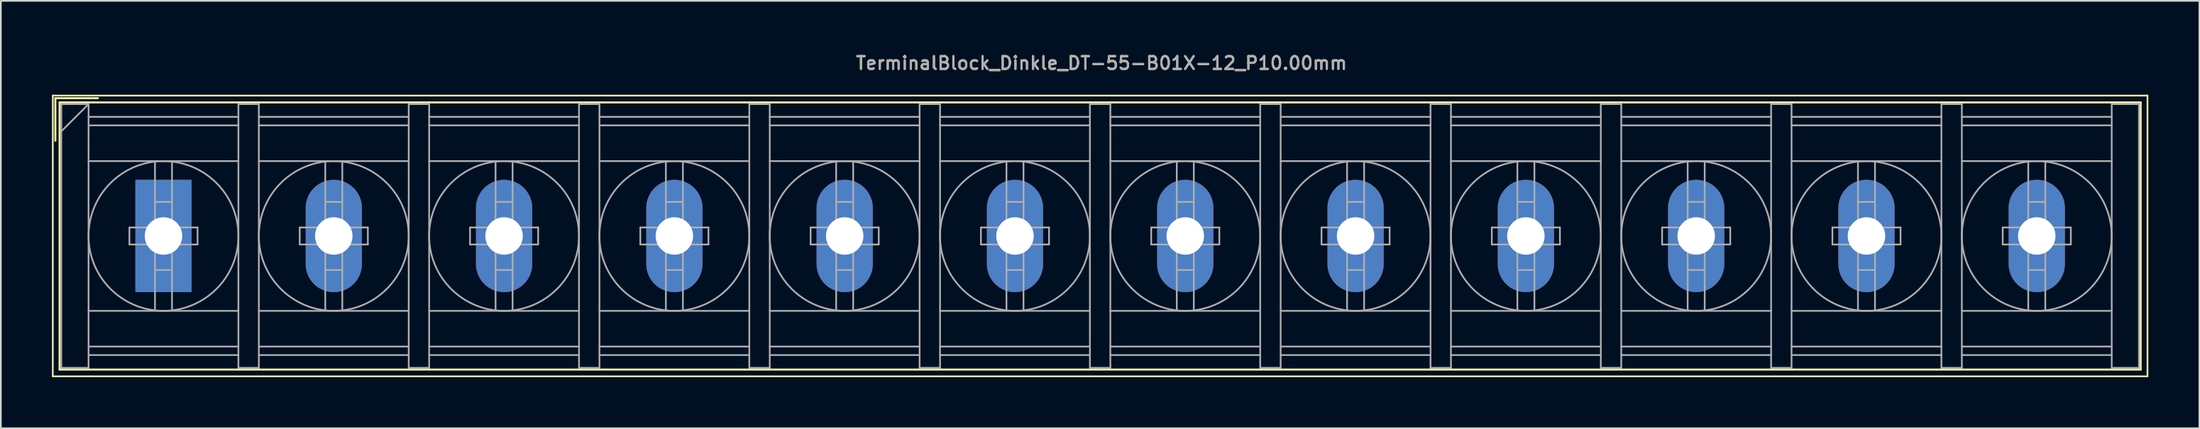
<source format=kicad_pcb>
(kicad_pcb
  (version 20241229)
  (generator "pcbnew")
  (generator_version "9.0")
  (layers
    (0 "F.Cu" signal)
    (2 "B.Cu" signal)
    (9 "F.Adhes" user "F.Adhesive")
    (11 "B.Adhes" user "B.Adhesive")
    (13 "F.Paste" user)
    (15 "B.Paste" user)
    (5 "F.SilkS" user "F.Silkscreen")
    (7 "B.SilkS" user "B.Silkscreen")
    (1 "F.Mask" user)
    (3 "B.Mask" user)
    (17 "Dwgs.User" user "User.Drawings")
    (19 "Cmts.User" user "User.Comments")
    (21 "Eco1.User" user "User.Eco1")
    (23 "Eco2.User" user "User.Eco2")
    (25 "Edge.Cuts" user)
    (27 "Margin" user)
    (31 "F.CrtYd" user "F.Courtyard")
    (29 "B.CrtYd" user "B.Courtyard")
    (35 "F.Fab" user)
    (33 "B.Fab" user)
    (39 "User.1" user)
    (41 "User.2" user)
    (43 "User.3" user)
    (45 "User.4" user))
  (footprint "TerminalBlock_Dinkle_DT-55-B01X-12_P10.00mm"
    (layer "F.Cu")
    (at 6.55 10.818)
    (property "Reference" "TerminalBlock_Dinkle_DT-55-B01X-12_P10.00mm" (at 55.08 -10.16 0) (layer "F.SilkS") (effects (font (size 0.75 0.75) (thickness 0.125))))
    (attr through_hole)
    (fp_line (start -6.5 -8.25) (end 116.5 -8.25) (stroke (width 0.1) (type solid)) (layer "F.SilkS"))
    (fp_line (start -6.5 8.25) (end -6.5 -8.25) (stroke (width 0.1) (type solid)) (layer "F.SilkS"))
    (fp_line (start -6.5 8.25) (end 116.5 8.25) (stroke (width 0.1) (type solid)) (layer "F.SilkS"))
    (fp_line (start -6.35 -8.1) (end -3.85 -8.1) (stroke (width 0.12) (type solid)) (layer "F.SilkS"))
    (fp_line (start -6.35 -5.6) (end -6.35 -8.1) (stroke (width 0.12) (type solid)) (layer "F.SilkS"))
    (fp_line (start -6.1 -7.85) (end 116.1 -7.85) (stroke (width 0.12) (type solid)) (layer "F.SilkS"))
    (fp_line (start -6.1 7.85) (end -6.1 -7.85) (stroke (width 0.12) (type solid)) (layer "F.SilkS"))
    (fp_line (start -6.1 7.85) (end 116.1 7.85) (stroke (width 0.12) (type solid)) (layer "F.SilkS"))
    (fp_line (start 116.1 -7.85) (end 116.1 7.85) (stroke (width 0.12) (type solid)) (layer "F.SilkS"))
    (fp_line (start 116.5 -8.25) (end 116.5 8.25) (stroke (width 0.1) (type solid)) (layer "F.SilkS"))
    (fp_line (start -6 -7.75) (end -6 7.75) (stroke (width 0.1) (type solid)) (layer "F.Fab"))
    (fp_line (start -6 -7.75) (end -4.4 -7.75) (stroke (width 0.1) (type solid)) (layer "F.Fab"))
    (fp_line (start -6 7.75) (end -4.4 7.75) (stroke (width 0.1) (type solid)) (layer "F.Fab"))
    (fp_line (start -4.4 -7.75) (end -6 -6.15) (stroke (width 0.1) (type solid)) (layer "F.Fab"))
    (fp_line (start -4.4 -7.75) (end -4.4 7.75) (stroke (width 0.1) (type solid)) (layer "F.Fab"))
    (fp_line (start -4.4 -7) (end 4.4 -7) (stroke (width 0.1) (type solid)) (layer "F.Fab"))
    (fp_line (start -4.4 -6.5) (end 4.4 -6.5) (stroke (width 0.1) (type solid)) (layer "F.Fab"))
    (fp_line (start -4.4 -4.4) (end 4.4 -4.4) (stroke (width 0.1) (type solid)) (layer "F.Fab"))
    (fp_line (start -4.4 4.4) (end 4.4 4.4) (stroke (width 0.1) (type solid)) (layer "F.Fab"))
    (fp_line (start -4.4 6.5) (end 4.4 6.5) (stroke (width 0.1) (type solid)) (layer "F.Fab"))
    (fp_line (start -4.4 7) (end 4.4 7) (stroke (width 0.1) (type solid)) (layer "F.Fab"))
    (fp_line (start -2 -0.5) (end -2 0.5) (stroke (width 0.1) (type solid)) (layer "F.Fab"))
    (fp_line (start -2 0.5) (end -0.5 0.5) (stroke (width 0.1) (type solid)) (layer "F.Fab"))
    (fp_line (start -0.5 -4.35) (end -0.5 -0.5) (stroke (width 0.1) (type solid)) (layer "F.Fab"))
    (fp_line (start -0.5 -2) (end 0.5 -2) (stroke (width 0.1) (type solid)) (layer "F.Fab"))
    (fp_line (start -0.5 -0.5) (end -2 -0.5) (stroke (width 0.1) (type solid)) (layer "F.Fab"))
    (fp_line (start -0.5 0.5) (end -0.5 4.35) (stroke (width 0.1) (type solid)) (layer "F.Fab"))
    (fp_line (start -0.5 2) (end 0.5 2) (stroke (width 0.1) (type solid)) (layer "F.Fab"))
    (fp_line (start 0.5 -4.35) (end 0.5 -0.5) (stroke (width 0.1) (type solid)) (layer "F.Fab"))
    (fp_line (start 0.5 -0.5) (end 2 -0.5) (stroke (width 0.1) (type solid)) (layer "F.Fab"))
    (fp_line (start 0.5 0.5) (end 0.5 4.35) (stroke (width 0.1) (type solid)) (layer "F.Fab"))
    (fp_line (start 2 -0.5) (end 2 0.5) (stroke (width 0.1) (type solid)) (layer "F.Fab"))
    (fp_line (start 2 0.5) (end 0.5 0.5) (stroke (width 0.1) (type solid)) (layer "F.Fab"))
    (fp_line (start 4.4 -7.75) (end 4.4 7.75) (stroke (width 0.1) (type solid)) (layer "F.Fab"))
    (fp_line (start 4.4 -7.75) (end 5.6 -7.75) (stroke (width 0.1) (type solid)) (layer "F.Fab"))
    (fp_line (start 4.4 7.75) (end 5.6 7.75) (stroke (width 0.1) (type solid)) (layer "F.Fab"))
    (fp_line (start 5.6 -7.75) (end 5.6 7.75) (stroke (width 0.1) (type solid)) (layer "F.Fab"))
    (fp_line (start 5.6 -7) (end 14.4 -7) (stroke (width 0.1) (type solid)) (layer "F.Fab"))
    (fp_line (start 5.6 -6.5) (end 14.4 -6.5) (stroke (width 0.1) (type solid)) (layer "F.Fab"))
    (fp_line (start 5.6 -4.4) (end 14.4 -4.4) (stroke (width 0.1) (type solid)) (layer "F.Fab"))
    (fp_line (start 5.6 4.4) (end 14.4 4.4) (stroke (width 0.1) (type solid)) (layer "F.Fab"))
    (fp_line (start 5.6 6.5) (end 14.4 6.5) (stroke (width 0.1) (type solid)) (layer "F.Fab"))
    (fp_line (start 5.6 7) (end 14.4 7) (stroke (width 0.1) (type solid)) (layer "F.Fab"))
    (fp_line (start 8 -0.5) (end 8 0.5) (stroke (width 0.1) (type solid)) (layer "F.Fab"))
    (fp_line (start 8 0.5) (end 9.5 0.5) (stroke (width 0.1) (type solid)) (layer "F.Fab"))
    (fp_line (start 9.5 -4.35) (end 9.5 -0.5) (stroke (width 0.1) (type solid)) (layer "F.Fab"))
    (fp_line (start 9.5 -2) (end 10.5 -2) (stroke (width 0.1) (type solid)) (layer "F.Fab"))
    (fp_line (start 9.5 -0.5) (end 8 -0.5) (stroke (width 0.1) (type solid)) (layer "F.Fab"))
    (fp_line (start 9.5 0.5) (end 9.5 4.35) (stroke (width 0.1) (type solid)) (layer "F.Fab"))
    (fp_line (start 9.5 2) (end 10.5 2) (stroke (width 0.1) (type solid)) (layer "F.Fab"))
    (fp_line (start 10.5 -4.35) (end 10.5 -0.5) (stroke (width 0.1) (type solid)) (layer "F.Fab"))
    (fp_line (start 10.5 -0.5) (end 12 -0.5) (stroke (width 0.1) (type solid)) (layer "F.Fab"))
    (fp_line (start 10.5 0.5) (end 10.5 4.35) (stroke (width 0.1) (type solid)) (layer "F.Fab"))
    (fp_line (start 12 -0.5) (end 12 0.5) (stroke (width 0.1) (type solid)) (layer "F.Fab"))
    (fp_line (start 12 0.5) (end 10.5 0.5) (stroke (width 0.1) (type solid)) (layer "F.Fab"))
    (fp_line (start 14.4 -7.75) (end 14.4 7.75) (stroke (width 0.1) (type solid)) (layer "F.Fab"))
    (fp_line (start 14.4 -7.75) (end 15.6 -7.75) (stroke (width 0.1) (type solid)) (layer "F.Fab"))
    (fp_line (start 14.4 7.75) (end 15.6 7.75) (stroke (width 0.1) (type solid)) (layer "F.Fab"))
    (fp_line (start 15.6 -7.75) (end 15.6 7.75) (stroke (width 0.1) (type solid)) (layer "F.Fab"))
    (fp_line (start 15.6 -7) (end 24.4 -7) (stroke (width 0.1) (type solid)) (layer "F.Fab"))
    (fp_line (start 15.6 -6.5) (end 24.4 -6.5) (stroke (width 0.1) (type solid)) (layer "F.Fab"))
    (fp_line (start 15.6 -4.4) (end 24.4 -4.4) (stroke (width 0.1) (type solid)) (layer "F.Fab"))
    (fp_line (start 15.6 4.4) (end 24.4 4.4) (stroke (width 0.1) (type solid)) (layer "F.Fab"))
    (fp_line (start 15.6 6.5) (end 24.4 6.5) (stroke (width 0.1) (type solid)) (layer "F.Fab"))
    (fp_line (start 15.6 7) (end 24.4 7) (stroke (width 0.1) (type solid)) (layer "F.Fab"))
    (fp_line (start 18 -0.5) (end 18 0.5) (stroke (width 0.1) (type solid)) (layer "F.Fab"))
    (fp_line (start 18 0.5) (end 19.5 0.5) (stroke (width 0.1) (type solid)) (layer "F.Fab"))
    (fp_line (start 19.5 -4.35) (end 19.5 -0.5) (stroke (width 0.1) (type solid)) (layer "F.Fab"))
    (fp_line (start 19.5 -2) (end 20.5 -2) (stroke (width 0.1) (type solid)) (layer "F.Fab"))
    (fp_line (start 19.5 -0.5) (end 18 -0.5) (stroke (width 0.1) (type solid)) (layer "F.Fab"))
    (fp_line (start 19.5 0.5) (end 19.5 4.35) (stroke (width 0.1) (type solid)) (layer "F.Fab"))
    (fp_line (start 19.5 2) (end 20.5 2) (stroke (width 0.1) (type solid)) (layer "F.Fab"))
    (fp_line (start 20.5 -4.35) (end 20.5 -0.5) (stroke (width 0.1) (type solid)) (layer "F.Fab"))
    (fp_line (start 20.5 -0.5) (end 22 -0.5) (stroke (width 0.1) (type solid)) (layer "F.Fab"))
    (fp_line (start 20.5 0.5) (end 20.5 4.35) (stroke (width 0.1) (type solid)) (layer "F.Fab"))
    (fp_line (start 22 -0.5) (end 22 0.5) (stroke (width 0.1) (type solid)) (layer "F.Fab"))
    (fp_line (start 22 0.5) (end 20.5 0.5) (stroke (width 0.1) (type solid)) (layer "F.Fab"))
    (fp_line (start 24.4 -7.75) (end 24.4 7.75) (stroke (width 0.1) (type solid)) (layer "F.Fab"))
    (fp_line (start 24.4 -7.75) (end 25.6 -7.75) (stroke (width 0.1) (type solid)) (layer "F.Fab"))
    (fp_line (start 24.4 7.75) (end 25.6 7.75) (stroke (width 0.1) (type solid)) (layer "F.Fab"))
    (fp_line (start 25.6 -7.75) (end 25.6 7.75) (stroke (width 0.1) (type solid)) (layer "F.Fab"))
    (fp_line (start 25.6 -7) (end 34.4 -7) (stroke (width 0.1) (type solid)) (layer "F.Fab"))
    (fp_line (start 25.6 -6.5) (end 34.4 -6.5) (stroke (width 0.1) (type solid)) (layer "F.Fab"))
    (fp_line (start 25.6 -4.4) (end 34.4 -4.4) (stroke (width 0.1) (type solid)) (layer "F.Fab"))
    (fp_line (start 25.6 4.4) (end 34.4 4.4) (stroke (width 0.1) (type solid)) (layer "F.Fab"))
    (fp_line (start 25.6 6.5) (end 34.4 6.5) (stroke (width 0.1) (type solid)) (layer "F.Fab"))
    (fp_line (start 25.6 7) (end 34.4 7) (stroke (width 0.1) (type solid)) (layer "F.Fab"))
    (fp_line (start 28 -0.5) (end 28 0.5) (stroke (width 0.1) (type solid)) (layer "F.Fab"))
    (fp_line (start 28 0.5) (end 29.5 0.5) (stroke (width 0.1) (type solid)) (layer "F.Fab"))
    (fp_line (start 29.5 -4.35) (end 29.5 -0.5) (stroke (width 0.1) (type solid)) (layer "F.Fab"))
    (fp_line (start 29.5 -2) (end 30.5 -2) (stroke (width 0.1) (type solid)) (layer "F.Fab"))
    (fp_line (start 29.5 -0.5) (end 28 -0.5) (stroke (width 0.1) (type solid)) (layer "F.Fab"))
    (fp_line (start 29.5 0.5) (end 29.5 4.35) (stroke (width 0.1) (type solid)) (layer "F.Fab"))
    (fp_line (start 29.5 2) (end 30.5 2) (stroke (width 0.1) (type solid)) (layer "F.Fab"))
    (fp_line (start 30.5 -4.35) (end 30.5 -0.5) (stroke (width 0.1) (type solid)) (layer "F.Fab"))
    (fp_line (start 30.5 -0.5) (end 32 -0.5) (stroke (width 0.1) (type solid)) (layer "F.Fab"))
    (fp_line (start 30.5 0.5) (end 30.5 4.35) (stroke (width 0.1) (type solid)) (layer "F.Fab"))
    (fp_line (start 32 -0.5) (end 32 0.5) (stroke (width 0.1) (type solid)) (layer "F.Fab"))
    (fp_line (start 32 0.5) (end 30.5 0.5) (stroke (width 0.1) (type solid)) (layer "F.Fab"))
    (fp_line (start 34.4 -7.75) (end 34.4 7.75) (stroke (width 0.1) (type solid)) (layer "F.Fab"))
    (fp_line (start 34.4 -7.75) (end 35.6 -7.75) (stroke (width 0.1) (type solid)) (layer "F.Fab"))
    (fp_line (start 34.4 7.75) (end 35.6 7.75) (stroke (width 0.1) (type solid)) (layer "F.Fab"))
    (fp_line (start 35.6 -7.75) (end 35.6 7.75) (stroke (width 0.1) (type solid)) (layer "F.Fab"))
    (fp_line (start 35.6 -7) (end 44.4 -7) (stroke (width 0.1) (type solid)) (layer "F.Fab"))
    (fp_line (start 35.6 -6.5) (end 44.4 -6.5) (stroke (width 0.1) (type solid)) (layer "F.Fab"))
    (fp_line (start 35.6 -4.4) (end 44.4 -4.4) (stroke (width 0.1) (type solid)) (layer "F.Fab"))
    (fp_line (start 35.6 4.4) (end 44.4 4.4) (stroke (width 0.1) (type solid)) (layer "F.Fab"))
    (fp_line (start 35.6 6.5) (end 44.4 6.5) (stroke (width 0.1) (type solid)) (layer "F.Fab"))
    (fp_line (start 35.6 7) (end 44.4 7) (stroke (width 0.1) (type solid)) (layer "F.Fab"))
    (fp_line (start 38 -0.5) (end 38 0.5) (stroke (width 0.1) (type solid)) (layer "F.Fab"))
    (fp_line (start 38 0.5) (end 39.5 0.5) (stroke (width 0.1) (type solid)) (layer "F.Fab"))
    (fp_line (start 39.5 -4.35) (end 39.5 -0.5) (stroke (width 0.1) (type solid)) (layer "F.Fab"))
    (fp_line (start 39.5 -2) (end 40.5 -2) (stroke (width 0.1) (type solid)) (layer "F.Fab"))
    (fp_line (start 39.5 -0.5) (end 38 -0.5) (stroke (width 0.1) (type solid)) (layer "F.Fab"))
    (fp_line (start 39.5 0.5) (end 39.5 4.35) (stroke (width 0.1) (type solid)) (layer "F.Fab"))
    (fp_line (start 39.5 2) (end 40.5 2) (stroke (width 0.1) (type solid)) (layer "F.Fab"))
    (fp_line (start 40.5 -4.35) (end 40.5 -0.5) (stroke (width 0.1) (type solid)) (layer "F.Fab"))
    (fp_line (start 40.5 -0.5) (end 42 -0.5) (stroke (width 0.1) (type solid)) (layer "F.Fab"))
    (fp_line (start 40.5 0.5) (end 40.5 4.35) (stroke (width 0.1) (type solid)) (layer "F.Fab"))
    (fp_line (start 42 -0.5) (end 42 0.5) (stroke (width 0.1) (type solid)) (layer "F.Fab"))
    (fp_line (start 42 0.5) (end 40.5 0.5) (stroke (width 0.1) (type solid)) (layer "F.Fab"))
    (fp_line (start 44.4 -7.75) (end 44.4 7.75) (stroke (width 0.1) (type solid)) (layer "F.Fab"))
    (fp_line (start 44.4 -7.75) (end 45.6 -7.75) (stroke (width 0.1) (type solid)) (layer "F.Fab"))
    (fp_line (start 44.4 7.75) (end 45.6 7.75) (stroke (width 0.1) (type solid)) (layer "F.Fab"))
    (fp_line (start 45.6 -7.75) (end 45.6 7.75) (stroke (width 0.1) (type solid)) (layer "F.Fab"))
    (fp_line (start 45.6 -7) (end 54.4 -7) (stroke (width 0.1) (type solid)) (layer "F.Fab"))
    (fp_line (start 45.6 -6.5) (end 54.4 -6.5) (stroke (width 0.1) (type solid)) (layer "F.Fab"))
    (fp_line (start 45.6 -4.4) (end 54.4 -4.4) (stroke (width 0.1) (type solid)) (layer "F.Fab"))
    (fp_line (start 45.6 4.4) (end 54.4 4.4) (stroke (width 0.1) (type solid)) (layer "F.Fab"))
    (fp_line (start 45.6 6.5) (end 54.4 6.5) (stroke (width 0.1) (type solid)) (layer "F.Fab"))
    (fp_line (start 45.6 7) (end 54.4 7) (stroke (width 0.1) (type solid)) (layer "F.Fab"))
    (fp_line (start 48 -0.5) (end 48 0.5) (stroke (width 0.1) (type solid)) (layer "F.Fab"))
    (fp_line (start 48 0.5) (end 49.5 0.5) (stroke (width 0.1) (type solid)) (layer "F.Fab"))
    (fp_line (start 49.5 -4.35) (end 49.5 -0.5) (stroke (width 0.1) (type solid)) (layer "F.Fab"))
    (fp_line (start 49.5 -2) (end 50.5 -2) (stroke (width 0.1) (type solid)) (layer "F.Fab"))
    (fp_line (start 49.5 -0.5) (end 48 -0.5) (stroke (width 0.1) (type solid)) (layer "F.Fab"))
    (fp_line (start 49.5 0.5) (end 49.5 4.35) (stroke (width 0.1) (type solid)) (layer "F.Fab"))
    (fp_line (start 49.5 2) (end 50.5 2) (stroke (width 0.1) (type solid)) (layer "F.Fab"))
    (fp_line (start 50.5 -4.35) (end 50.5 -0.5) (stroke (width 0.1) (type solid)) (layer "F.Fab"))
    (fp_line (start 50.5 -0.5) (end 52 -0.5) (stroke (width 0.1) (type solid)) (layer "F.Fab"))
    (fp_line (start 50.5 0.5) (end 50.5 4.35) (stroke (width 0.1) (type solid)) (layer "F.Fab"))
    (fp_line (start 52 -0.5) (end 52 0.5) (stroke (width 0.1) (type solid)) (layer "F.Fab"))
    (fp_line (start 52 0.5) (end 50.5 0.5) (stroke (width 0.1) (type solid)) (layer "F.Fab"))
    (fp_line (start 54.4 -7.75) (end 54.4 7.75) (stroke (width 0.1) (type solid)) (layer "F.Fab"))
    (fp_line (start 54.4 -7.75) (end 55.6 -7.75) (stroke (width 0.1) (type solid)) (layer "F.Fab"))
    (fp_line (start 54.4 7.75) (end 55.6 7.75) (stroke (width 0.1) (type solid)) (layer "F.Fab"))
    (fp_line (start 55.6 -7.75) (end 55.6 7.75) (stroke (width 0.1) (type solid)) (layer "F.Fab"))
    (fp_line (start 55.6 -7) (end 64.4 -7) (stroke (width 0.1) (type solid)) (layer "F.Fab"))
    (fp_line (start 55.6 -6.5) (end 64.4 -6.5) (stroke (width 0.1) (type solid)) (layer "F.Fab"))
    (fp_line (start 55.6 -4.4) (end 64.4 -4.4) (stroke (width 0.1) (type solid)) (layer "F.Fab"))
    (fp_line (start 55.6 4.4) (end 64.4 4.4) (stroke (width 0.1) (type solid)) (layer "F.Fab"))
    (fp_line (start 55.6 6.5) (end 64.4 6.5) (stroke (width 0.1) (type solid)) (layer "F.Fab"))
    (fp_line (start 55.6 7) (end 64.4 7) (stroke (width 0.1) (type solid)) (layer "F.Fab"))
    (fp_line (start 58 -0.5) (end 58 0.5) (stroke (width 0.1) (type solid)) (layer "F.Fab"))
    (fp_line (start 58 0.5) (end 59.5 0.5) (stroke (width 0.1) (type solid)) (layer "F.Fab"))
    (fp_line (start 59.5 -4.35) (end 59.5 -0.5) (stroke (width 0.1) (type solid)) (layer "F.Fab"))
    (fp_line (start 59.5 -2) (end 60.5 -2) (stroke (width 0.1) (type solid)) (layer "F.Fab"))
    (fp_line (start 59.5 -0.5) (end 58 -0.5) (stroke (width 0.1) (type solid)) (layer "F.Fab"))
    (fp_line (start 59.5 0.5) (end 59.5 4.35) (stroke (width 0.1) (type solid)) (layer "F.Fab"))
    (fp_line (start 59.5 2) (end 60.5 2) (stroke (width 0.1) (type solid)) (layer "F.Fab"))
    (fp_line (start 60.5 -4.35) (end 60.5 -0.5) (stroke (width 0.1) (type solid)) (layer "F.Fab"))
    (fp_line (start 60.5 -0.5) (end 62 -0.5) (stroke (width 0.1) (type solid)) (layer "F.Fab"))
    (fp_line (start 60.5 0.5) (end 60.5 4.35) (stroke (width 0.1) (type solid)) (layer "F.Fab"))
    (fp_line (start 62 -0.5) (end 62 0.5) (stroke (width 0.1) (type solid)) (layer "F.Fab"))
    (fp_line (start 62 0.5) (end 60.5 0.5) (stroke (width 0.1) (type solid)) (layer "F.Fab"))
    (fp_line (start 64.4 -7.75) (end 64.4 7.75) (stroke (width 0.1) (type solid)) (layer "F.Fab"))
    (fp_line (start 64.4 -7.75) (end 65.6 -7.75) (stroke (width 0.1) (type solid)) (layer "F.Fab"))
    (fp_line (start 64.4 7.75) (end 65.6 7.75) (stroke (width 0.1) (type solid)) (layer "F.Fab"))
    (fp_line (start 65.6 -7.75) (end 65.6 7.75) (stroke (width 0.1) (type solid)) (layer "F.Fab"))
    (fp_line (start 65.6 -7) (end 74.4 -7) (stroke (width 0.1) (type solid)) (layer "F.Fab"))
    (fp_line (start 65.6 -6.5) (end 74.4 -6.5) (stroke (width 0.1) (type solid)) (layer "F.Fab"))
    (fp_line (start 65.6 -4.4) (end 74.4 -4.4) (stroke (width 0.1) (type solid)) (layer "F.Fab"))
    (fp_line (start 65.6 4.4) (end 74.4 4.4) (stroke (width 0.1) (type solid)) (layer "F.Fab"))
    (fp_line (start 65.6 6.5) (end 74.4 6.5) (stroke (width 0.1) (type solid)) (layer "F.Fab"))
    (fp_line (start 65.6 7) (end 74.4 7) (stroke (width 0.1) (type solid)) (layer "F.Fab"))
    (fp_line (start 68 -0.5) (end 68 0.5) (stroke (width 0.1) (type solid)) (layer "F.Fab"))
    (fp_line (start 68 0.5) (end 69.5 0.5) (stroke (width 0.1) (type solid)) (layer "F.Fab"))
    (fp_line (start 69.5 -4.35) (end 69.5 -0.5) (stroke (width 0.1) (type solid)) (layer "F.Fab"))
    (fp_line (start 69.5 -2) (end 70.5 -2) (stroke (width 0.1) (type solid)) (layer "F.Fab"))
    (fp_line (start 69.5 -0.5) (end 68 -0.5) (stroke (width 0.1) (type solid)) (layer "F.Fab"))
    (fp_line (start 69.5 0.5) (end 69.5 4.35) (stroke (width 0.1) (type solid)) (layer "F.Fab"))
    (fp_line (start 69.5 2) (end 70.5 2) (stroke (width 0.1) (type solid)) (layer "F.Fab"))
    (fp_line (start 70.5 -4.35) (end 70.5 -0.5) (stroke (width 0.1) (type solid)) (layer "F.Fab"))
    (fp_line (start 70.5 -0.5) (end 72 -0.5) (stroke (width 0.1) (type solid)) (layer "F.Fab"))
    (fp_line (start 70.5 0.5) (end 70.5 4.35) (stroke (width 0.1) (type solid)) (layer "F.Fab"))
    (fp_line (start 72 -0.5) (end 72 0.5) (stroke (width 0.1) (type solid)) (layer "F.Fab"))
    (fp_line (start 72 0.5) (end 70.5 0.5) (stroke (width 0.1) (type solid)) (layer "F.Fab"))
    (fp_line (start 74.4 -7.75) (end 74.4 7.75) (stroke (width 0.1) (type solid)) (layer "F.Fab"))
    (fp_line (start 74.4 -7.75) (end 75.6 -7.75) (stroke (width 0.1) (type solid)) (layer "F.Fab"))
    (fp_line (start 74.4 7.75) (end 75.6 7.75) (stroke (width 0.1) (type solid)) (layer "F.Fab"))
    (fp_line (start 75.6 -7.75) (end 75.6 7.75) (stroke (width 0.1) (type solid)) (layer "F.Fab"))
    (fp_line (start 75.6 -7) (end 84.4 -7) (stroke (width 0.1) (type solid)) (layer "F.Fab"))
    (fp_line (start 75.6 -6.5) (end 84.4 -6.5) (stroke (width 0.1) (type solid)) (layer "F.Fab"))
    (fp_line (start 75.6 -4.4) (end 84.4 -4.4) (stroke (width 0.1) (type solid)) (layer "F.Fab"))
    (fp_line (start 75.6 4.4) (end 84.4 4.4) (stroke (width 0.1) (type solid)) (layer "F.Fab"))
    (fp_line (start 75.6 6.5) (end 84.4 6.5) (stroke (width 0.1) (type solid)) (layer "F.Fab"))
    (fp_line (start 75.6 7) (end 84.4 7) (stroke (width 0.1) (type solid)) (layer "F.Fab"))
    (fp_line (start 78 -0.5) (end 78 0.5) (stroke (width 0.1) (type solid)) (layer "F.Fab"))
    (fp_line (start 78 0.5) (end 79.5 0.5) (stroke (width 0.1) (type solid)) (layer "F.Fab"))
    (fp_line (start 79.5 -4.35) (end 79.5 -0.5) (stroke (width 0.1) (type solid)) (layer "F.Fab"))
    (fp_line (start 79.5 -2) (end 80.5 -2) (stroke (width 0.1) (type solid)) (layer "F.Fab"))
    (fp_line (start 79.5 -0.5) (end 78 -0.5) (stroke (width 0.1) (type solid)) (layer "F.Fab"))
    (fp_line (start 79.5 0.5) (end 79.5 4.35) (stroke (width 0.1) (type solid)) (layer "F.Fab"))
    (fp_line (start 79.5 2) (end 80.5 2) (stroke (width 0.1) (type solid)) (layer "F.Fab"))
    (fp_line (start 80.5 -4.35) (end 80.5 -0.5) (stroke (width 0.1) (type solid)) (layer "F.Fab"))
    (fp_line (start 80.5 -0.5) (end 82 -0.5) (stroke (width 0.1) (type solid)) (layer "F.Fab"))
    (fp_line (start 80.5 0.5) (end 80.5 4.35) (stroke (width 0.1) (type solid)) (layer "F.Fab"))
    (fp_line (start 82 -0.5) (end 82 0.5) (stroke (width 0.1) (type solid)) (layer "F.Fab"))
    (fp_line (start 82 0.5) (end 80.5 0.5) (stroke (width 0.1) (type solid)) (layer "F.Fab"))
    (fp_line (start 84.4 -7.75) (end 84.4 7.75) (stroke (width 0.1) (type solid)) (layer "F.Fab"))
    (fp_line (start 84.4 -7.75) (end 85.6 -7.75) (stroke (width 0.1) (type solid)) (layer "F.Fab"))
    (fp_line (start 84.4 7.75) (end 85.6 7.75) (stroke (width 0.1) (type solid)) (layer "F.Fab"))
    (fp_line (start 85.6 -7.75) (end 85.6 7.75) (stroke (width 0.1) (type solid)) (layer "F.Fab"))
    (fp_line (start 85.6 -7) (end 94.4 -7) (stroke (width 0.1) (type solid)) (layer "F.Fab"))
    (fp_line (start 85.6 -6.5) (end 94.4 -6.5) (stroke (width 0.1) (type solid)) (layer "F.Fab"))
    (fp_line (start 85.6 -4.4) (end 94.4 -4.4) (stroke (width 0.1) (type solid)) (layer "F.Fab"))
    (fp_line (start 85.6 4.4) (end 94.4 4.4) (stroke (width 0.1) (type solid)) (layer "F.Fab"))
    (fp_line (start 85.6 6.5) (end 94.4 6.5) (stroke (width 0.1) (type solid)) (layer "F.Fab"))
    (fp_line (start 85.6 7) (end 94.4 7) (stroke (width 0.1) (type solid)) (layer "F.Fab"))
    (fp_line (start 88 -0.5) (end 88 0.5) (stroke (width 0.1) (type solid)) (layer "F.Fab"))
    (fp_line (start 88 0.5) (end 89.5 0.5) (stroke (width 0.1) (type solid)) (layer "F.Fab"))
    (fp_line (start 89.5 -4.35) (end 89.5 -0.5) (stroke (width 0.1) (type solid)) (layer "F.Fab"))
    (fp_line (start 89.5 -2) (end 90.5 -2) (stroke (width 0.1) (type solid)) (layer "F.Fab"))
    (fp_line (start 89.5 -0.5) (end 88 -0.5) (stroke (width 0.1) (type solid)) (layer "F.Fab"))
    (fp_line (start 89.5 0.5) (end 89.5 4.35) (stroke (width 0.1) (type solid)) (layer "F.Fab"))
    (fp_line (start 89.5 2) (end 90.5 2) (stroke (width 0.1) (type solid)) (layer "F.Fab"))
    (fp_line (start 90.5 -4.35) (end 90.5 -0.5) (stroke (width 0.1) (type solid)) (layer "F.Fab"))
    (fp_line (start 90.5 -0.5) (end 92 -0.5) (stroke (width 0.1) (type solid)) (layer "F.Fab"))
    (fp_line (start 90.5 0.5) (end 90.5 4.35) (stroke (width 0.1) (type solid)) (layer "F.Fab"))
    (fp_line (start 92 -0.5) (end 92 0.5) (stroke (width 0.1) (type solid)) (layer "F.Fab"))
    (fp_line (start 92 0.5) (end 90.5 0.5) (stroke (width 0.1) (type solid)) (layer "F.Fab"))
    (fp_line (start 94.4 -7.75) (end 94.4 7.75) (stroke (width 0.1) (type solid)) (layer "F.Fab"))
    (fp_line (start 94.4 -7.75) (end 95.6 -7.75) (stroke (width 0.1) (type solid)) (layer "F.Fab"))
    (fp_line (start 94.4 7.75) (end 95.6 7.75) (stroke (width 0.1) (type solid)) (layer "F.Fab"))
    (fp_line (start 95.6 -7.75) (end 95.6 7.75) (stroke (width 0.1) (type solid)) (layer "F.Fab"))
    (fp_line (start 95.6 -7) (end 104.4 -7) (stroke (width 0.1) (type solid)) (layer "F.Fab"))
    (fp_line (start 95.6 -6.5) (end 104.4 -6.5) (stroke (width 0.1) (type solid)) (layer "F.Fab"))
    (fp_line (start 95.6 -4.4) (end 104.4 -4.4) (stroke (width 0.1) (type solid)) (layer "F.Fab"))
    (fp_line (start 95.6 4.4) (end 104.4 4.4) (stroke (width 0.1) (type solid)) (layer "F.Fab"))
    (fp_line (start 95.6 6.5) (end 104.4 6.5) (stroke (width 0.1) (type solid)) (layer "F.Fab"))
    (fp_line (start 95.6 7) (end 104.4 7) (stroke (width 0.1) (type solid)) (layer "F.Fab"))
    (fp_line (start 98 -0.5) (end 98 0.5) (stroke (width 0.1) (type solid)) (layer "F.Fab"))
    (fp_line (start 98 0.5) (end 99.5 0.5) (stroke (width 0.1) (type solid)) (layer "F.Fab"))
    (fp_line (start 99.5 -4.35) (end 99.5 -0.5) (stroke (width 0.1) (type solid)) (layer "F.Fab"))
    (fp_line (start 99.5 -2) (end 100.5 -2) (stroke (width 0.1) (type solid)) (layer "F.Fab"))
    (fp_line (start 99.5 -0.5) (end 98 -0.5) (stroke (width 0.1) (type solid)) (layer "F.Fab"))
    (fp_line (start 99.5 0.5) (end 99.5 4.35) (stroke (width 0.1) (type solid)) (layer "F.Fab"))
    (fp_line (start 99.5 2) (end 100.5 2) (stroke (width 0.1) (type solid)) (layer "F.Fab"))
    (fp_line (start 100.5 -4.35) (end 100.5 -0.5) (stroke (width 0.1) (type solid)) (layer "F.Fab"))
    (fp_line (start 100.5 -0.5) (end 102 -0.5) (stroke (width 0.1) (type solid)) (layer "F.Fab"))
    (fp_line (start 100.5 0.5) (end 100.5 4.35) (stroke (width 0.1) (type solid)) (layer "F.Fab"))
    (fp_line (start 102 -0.5) (end 102 0.5) (stroke (width 0.1) (type solid)) (layer "F.Fab"))
    (fp_line (start 102 0.5) (end 100.5 0.5) (stroke (width 0.1) (type solid)) (layer "F.Fab"))
    (fp_line (start 104.4 -7.75) (end 104.4 7.75) (stroke (width 0.1) (type solid)) (layer "F.Fab"))
    (fp_line (start 104.4 -7.75) (end 105.6 -7.75) (stroke (width 0.1) (type solid)) (layer "F.Fab"))
    (fp_line (start 104.4 7.75) (end 105.6 7.75) (stroke (width 0.1) (type solid)) (layer "F.Fab"))
    (fp_line (start 105.6 -7.75) (end 105.6 7.75) (stroke (width 0.1) (type solid)) (layer "F.Fab"))
    (fp_line (start 105.6 -7) (end 114.4 -7) (stroke (width 0.1) (type solid)) (layer "F.Fab"))
    (fp_line (start 105.6 -6.5) (end 114.4 -6.5) (stroke (width 0.1) (type solid)) (layer "F.Fab"))
    (fp_line (start 105.6 -4.4) (end 114.4 -4.4) (stroke (width 0.1) (type solid)) (layer "F.Fab"))
    (fp_line (start 105.6 4.4) (end 114.4 4.4) (stroke (width 0.1) (type solid)) (layer "F.Fab"))
    (fp_line (start 105.6 6.5) (end 114.4 6.5) (stroke (width 0.1) (type solid)) (layer "F.Fab"))
    (fp_line (start 105.6 7) (end 114.4 7) (stroke (width 0.1) (type solid)) (layer "F.Fab"))
    (fp_line (start 108 -0.5) (end 108 0.5) (stroke (width 0.1) (type solid)) (layer "F.Fab"))
    (fp_line (start 108 0.5) (end 109.5 0.5) (stroke (width 0.1) (type solid)) (layer "F.Fab"))
    (fp_line (start 109.5 -4.35) (end 109.5 -0.5) (stroke (width 0.1) (type solid)) (layer "F.Fab"))
    (fp_line (start 109.5 -2) (end 110.5 -2) (stroke (width 0.1) (type solid)) (layer "F.Fab"))
    (fp_line (start 109.5 -0.5) (end 108 -0.5) (stroke (width 0.1) (type solid)) (layer "F.Fab"))
    (fp_line (start 109.5 0.5) (end 109.5 4.35) (stroke (width 0.1) (type solid)) (layer "F.Fab"))
    (fp_line (start 109.5 2) (end 110.5 2) (stroke (width 0.1) (type solid)) (layer "F.Fab"))
    (fp_line (start 110.5 -4.35) (end 110.5 -0.5) (stroke (width 0.1) (type solid)) (layer "F.Fab"))
    (fp_line (start 110.5 -0.5) (end 112 -0.5) (stroke (width 0.1) (type solid)) (layer "F.Fab"))
    (fp_line (start 110.5 0.5) (end 110.5 4.35) (stroke (width 0.1) (type solid)) (layer "F.Fab"))
    (fp_line (start 112 -0.5) (end 112 0.5) (stroke (width 0.1) (type solid)) (layer "F.Fab"))
    (fp_line (start 112 0.5) (end 110.5 0.5) (stroke (width 0.1) (type solid)) (layer "F.Fab"))
    (fp_line (start 114.4 -7.75) (end 114.4 7.75) (stroke (width 0.1) (type solid)) (layer "F.Fab"))
    (fp_line (start 114.4 -7.75) (end 116 -7.75) (stroke (width 0.1) (type solid)) (layer "F.Fab"))
    (fp_line (start 114.4 7.75) (end 116 7.75) (stroke (width 0.1) (type solid)) (layer "F.Fab"))
    (fp_line (start 116 -7.75) (end 116 7.75) (stroke (width 0.1) (type solid)) (layer "F.Fab"))
    (fp_circle (center 0 0) (end 0.5 0.5) (stroke (width 0.1) (type solid)) (fill no) (layer "F.Fab"))
    (fp_circle (center 0 0) (end 4.4 0) (stroke (width 0.1) (type solid)) (fill no) (layer "F.Fab"))
    (fp_circle (center 10 0) (end 10.5 0.5) (stroke (width 0.1) (type solid)) (fill no) (layer "F.Fab"))
    (fp_circle (center 10 0) (end 14.4 0) (stroke (width 0.1) (type solid)) (fill no) (layer "F.Fab"))
    (fp_circle (center 20 0) (end 20.5 0.5) (stroke (width 0.1) (type solid)) (fill no) (layer "F.Fab"))
    (fp_circle (center 20 0) (end 24.4 0) (stroke (width 0.1) (type solid)) (fill no) (layer "F.Fab"))
    (fp_circle (center 30 0) (end 30.5 0.5) (stroke (width 0.1) (type solid)) (fill no) (layer "F.Fab"))
    (fp_circle (center 30 0) (end 34.4 0) (stroke (width 0.1) (type solid)) (fill no) (layer "F.Fab"))
    (fp_circle (center 40 0) (end 40.5 0.5) (stroke (width 0.1) (type solid)) (fill no) (layer "F.Fab"))
    (fp_circle (center 40 0) (end 44.4 0) (stroke (width 0.1) (type solid)) (fill no) (layer "F.Fab"))
    (fp_circle (center 50 0) (end 50.5 0.5) (stroke (width 0.1) (type solid)) (fill no) (layer "F.Fab"))
    (fp_circle (center 50 0) (end 54.4 0) (stroke (width 0.1) (type solid)) (fill no) (layer "F.Fab"))
    (fp_circle (center 60 0) (end 60.5 0.5) (stroke (width 0.1) (type solid)) (fill no) (layer "F.Fab"))
    (fp_circle (center 60 0) (end 64.4 0) (stroke (width 0.1) (type solid)) (fill no) (layer "F.Fab"))
    (fp_circle (center 70 0) (end 70.5 0.5) (stroke (width 0.1) (type solid)) (fill no) (layer "F.Fab"))
    (fp_circle (center 70 0) (end 74.4 0) (stroke (width 0.1) (type solid)) (fill no) (layer "F.Fab"))
    (fp_circle (center 80 0) (end 80.5 0.5) (stroke (width 0.1) (type solid)) (fill no) (layer "F.Fab"))
    (fp_circle (center 80 0) (end 84.4 0) (stroke (width 0.1) (type solid)) (fill no) (layer "F.Fab"))
    (fp_circle (center 90 0) (end 90.5 0.5) (stroke (width 0.1) (type solid)) (fill no) (layer "F.Fab"))
    (fp_circle (center 90 0) (end 94.4 0) (stroke (width 0.1) (type solid)) (fill no) (layer "F.Fab"))
    (fp_circle (center 100 0) (end 100.5 0.5) (stroke (width 0.1) (type solid)) (fill no) (layer "F.Fab"))
    (fp_circle (center 100 0) (end 104.4 0) (stroke (width 0.1) (type solid)) (fill no) (layer "F.Fab"))
    (fp_circle (center 110 0) (end 110.5 0.5) (stroke (width 0.1) (type solid)) (fill no) (layer "F.Fab"))
    (fp_circle (center 110 0) (end 114.4 0) (stroke (width 0.1) (type solid)) (fill no) (layer "F.Fab"))
    (fp_text user "${REFERENCE}" (at 55.08 -10.16 0) (layer "F.Fab") (effects (font (size 0.75 0.75) (thickness 0.125))))
    (pad "1" thru_hole rect (at 0 0) (size 3.3 6.6) (drill 2.2) (layers "*.Cu" "*.Mask"))
    (pad "2" thru_hole oval (at 10 0) (size 3.3 6.6) (drill 2.2) (layers "*.Cu" "*.Mask"))
    (pad "3" thru_hole oval (at 20 0) (size 3.3 6.6) (drill 2.2) (layers "*.Cu" "*.Mask"))
    (pad "4" thru_hole oval (at 30 0) (size 3.3 6.6) (drill 2.2) (layers "*.Cu" "*.Mask"))
    (pad "5" thru_hole oval (at 40 0) (size 3.3 6.6) (drill 2.2) (layers "*.Cu" "*.Mask"))
    (pad "6" thru_hole oval (at 50 0) (size 3.3 6.6) (drill 2.2) (layers "*.Cu" "*.Mask"))
    (pad "7" thru_hole oval (at 60 0) (size 3.3 6.6) (drill 2.2) (layers "*.Cu" "*.Mask"))
    (pad "8" thru_hole oval (at 70 0) (size 3.3 6.6) (drill 2.2) (layers "*.Cu" "*.Mask"))
    (pad "9" thru_hole oval (at 80 0) (size 3.3 6.6) (drill 2.2) (layers "*.Cu" "*.Mask"))
    (pad "10" thru_hole oval (at 90 0) (size 3.3 6.6) (drill 2.2) (layers "*.Cu" "*.Mask"))
    (pad "11" thru_hole oval (at 100 0) (size 3.3 6.6) (drill 2.2) (layers "*.Cu" "*.Mask"))
    (pad "12" thru_hole oval (at 110 0) (size 3.3 6.6) (drill 2.2) (layers "*.Cu" "*.Mask")))
  (gr_rect
    (start -3 -3)
    (end 126.1 22.118)
    (stroke (width 0.1) (type default))
    (fill no)
    (layer "Edge.Cuts")))
</source>
